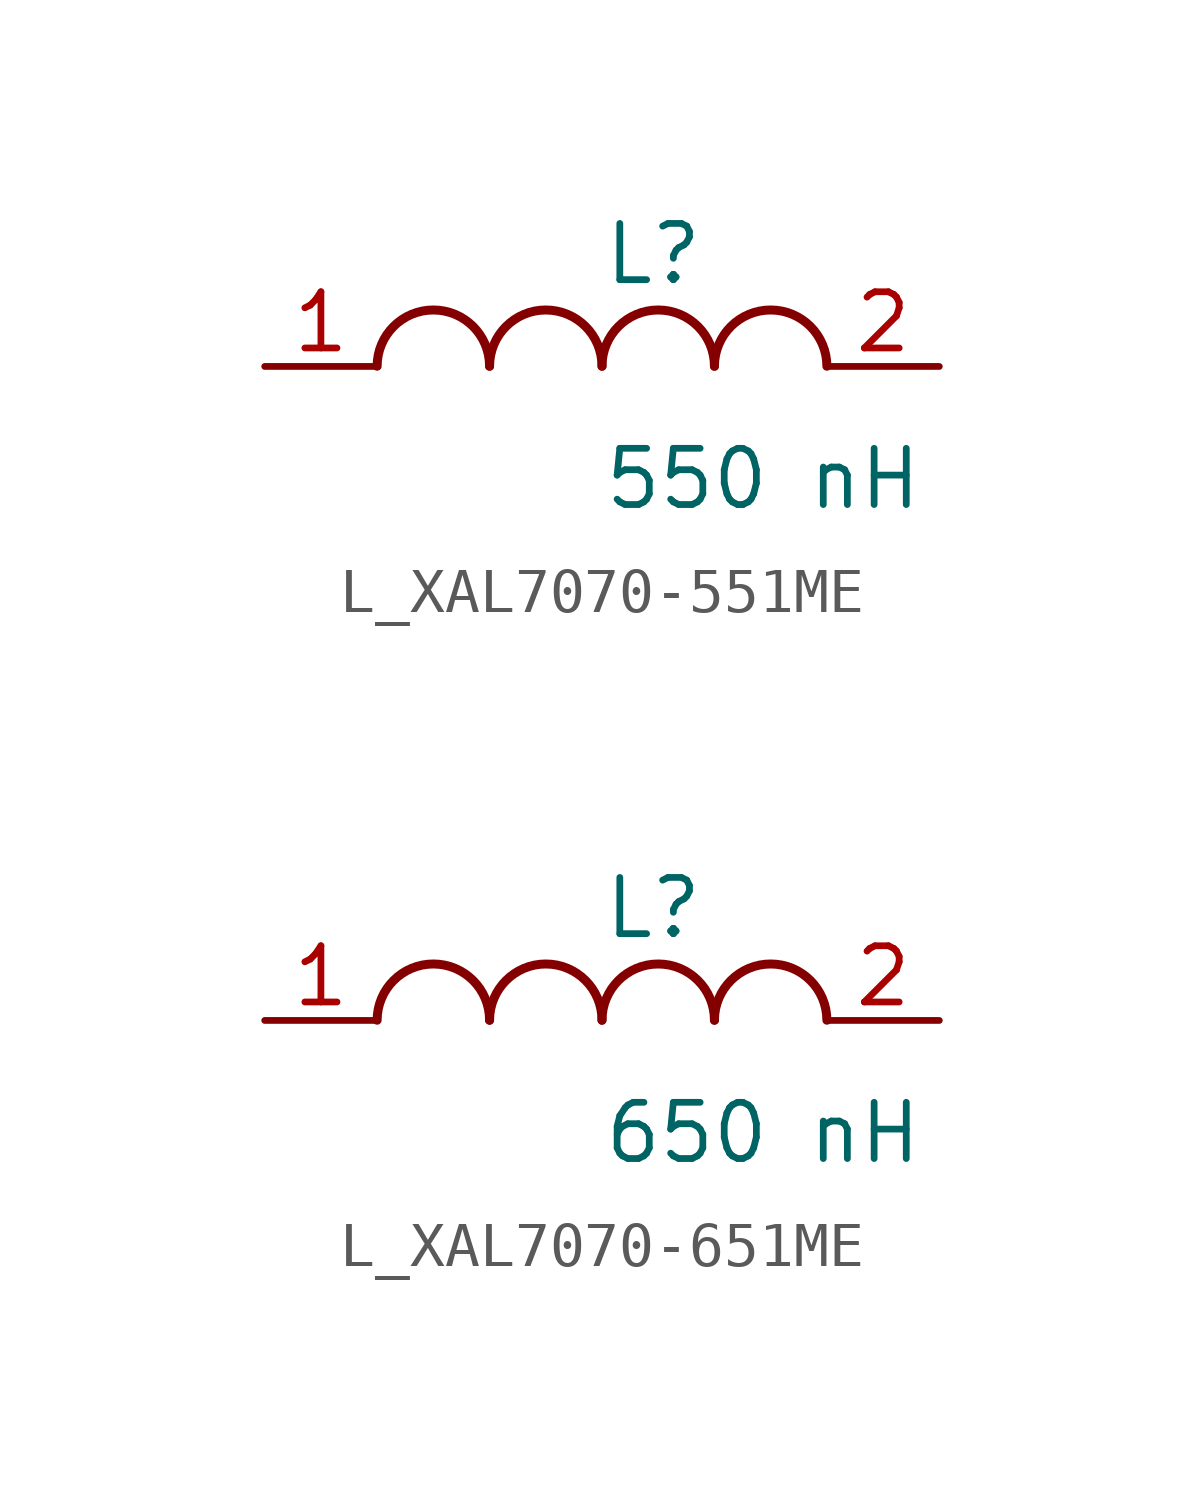
<source format=kicad_sym>
(kicad_symbol_lib
  (version 20231120)
  (generator kicad_symbol_editor)
  (generator_version 8.0)
  (symbol "L_XAL7070-551ME"
    (pin_names
      (offset 0.254))
    (property "Reference" "L"
      (at 0 2.54 0)
      (effects (font (size 1.27 1.27)) (justify left)))
    (property "Value" "550 nH"
      (at 0 -2.54 0)
      (effects (font (size 1.27 1.27)) (justify left)))
    (symbol "L_XAL7070-551ME_1_1"
      (arc (start -2.54 0.0056) (mid -3.81 1.27) (end -5.08 0.0056) (stroke (width 0.2032) (type default)) (fill (type none)))
      (arc (start 0 0.0056) (mid -1.27 1.27) (end -2.54 0.0056) (stroke (width 0.2032) (type default)) (fill (type none)))
      (arc (start 2.54 0.0056) (mid 1.27 1.27) (end 0 0.0056) (stroke (width 0.2032) (type default)) (fill (type none)))
      (arc (start 5.08 0.0056) (mid 3.81 1.27) (end 2.54 0.0056) (stroke (width 0.2032) (type default)) (fill (type none)))
      (pin passive line (at -7.62 0 0) (length 2.54) (name "" (effects (font (size 1.27 1.27)))) (number "1" (effects (font (size 1.27 1.27)))))
      (pin passive line (at 7.62 0 180) (length 2.54) (name "" (effects (font (size 1.27 1.27)))) (number "2" (effects (font (size 1.27 1.27)))))))
  (symbol "L_XAL7070-651ME"
    (pin_names
      (offset 0.254))
    (property "Reference" "L"
      (at 0 2.54 0)
      (effects (font (size 1.27 1.27)) (justify left)))
    (property "Value" "650 nH"
      (at 0 -2.54 0)
      (effects (font (size 1.27 1.27)) (justify left)))
    (symbol "L_XAL7070-651ME_1_1"
      (arc (start -2.54 0.0056) (mid -3.81 1.27) (end -5.08 0.0056) (stroke (width 0.2032) (type default)) (fill (type none)))
      (arc (start 0 0.0056) (mid -1.27 1.27) (end -2.54 0.0056) (stroke (width 0.2032) (type default)) (fill (type none)))
      (arc (start 2.54 0.0056) (mid 1.27 1.27) (end 0 0.0056) (stroke (width 0.2032) (type default)) (fill (type none)))
      (arc (start 5.08 0.0056) (mid 3.81 1.27) (end 2.54 0.0056) (stroke (width 0.2032) (type default)) (fill (type none)))
      (pin passive line (at -7.62 0 0) (length 2.54) (name "" (effects (font (size 1.27 1.27)))) (number "1" (effects (font (size 1.27 1.27)))))
      (pin passive line (at 7.62 0 180) (length 2.54) (name "" (effects (font (size 1.27 1.27)))) (number "2" (effects (font (size 1.27 1.27))))))))
</source>
